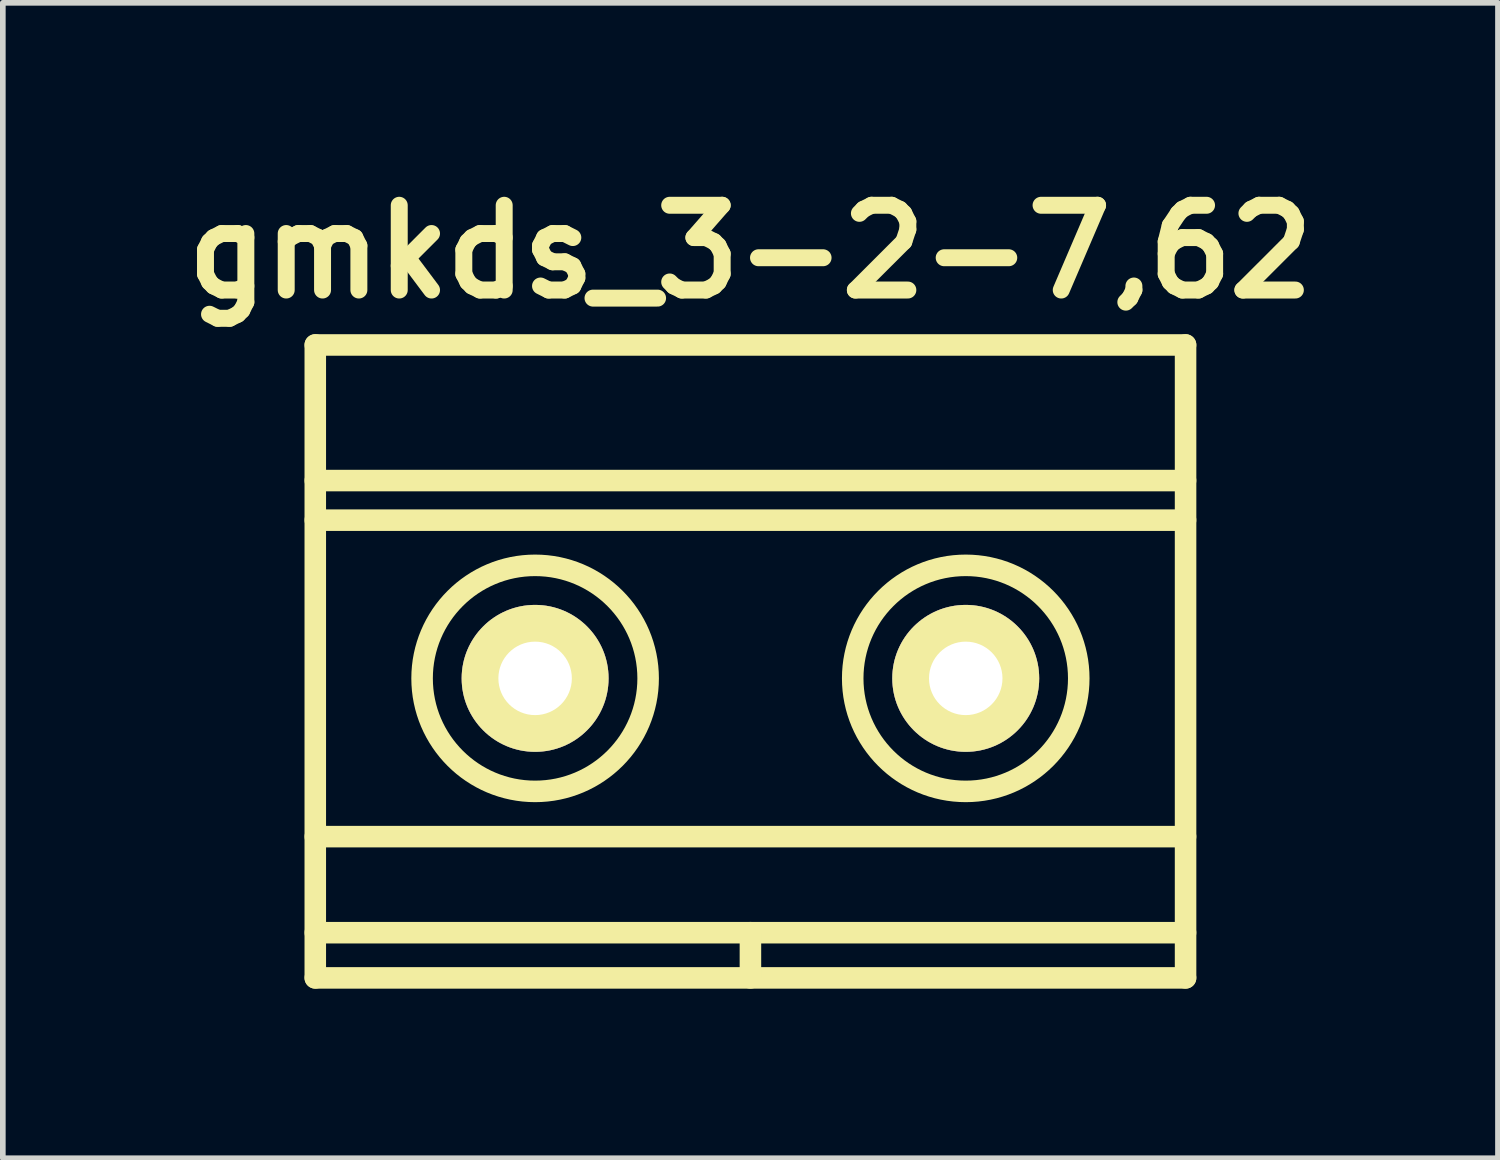
<source format=kicad_pcb>
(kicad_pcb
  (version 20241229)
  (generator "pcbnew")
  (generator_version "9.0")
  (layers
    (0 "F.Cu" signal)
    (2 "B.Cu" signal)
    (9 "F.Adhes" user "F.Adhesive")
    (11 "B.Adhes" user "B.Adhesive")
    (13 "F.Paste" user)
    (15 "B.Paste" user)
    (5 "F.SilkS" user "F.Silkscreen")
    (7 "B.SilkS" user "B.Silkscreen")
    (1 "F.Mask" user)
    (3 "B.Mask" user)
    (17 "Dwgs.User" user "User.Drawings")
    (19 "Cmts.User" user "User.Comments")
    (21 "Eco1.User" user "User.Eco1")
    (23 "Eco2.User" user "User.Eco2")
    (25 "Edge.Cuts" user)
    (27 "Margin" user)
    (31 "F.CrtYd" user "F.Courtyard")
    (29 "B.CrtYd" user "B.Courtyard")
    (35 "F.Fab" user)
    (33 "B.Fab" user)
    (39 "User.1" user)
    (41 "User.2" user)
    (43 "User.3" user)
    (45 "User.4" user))
  (footprint "gmkds_3-2-7,62"
    (layer "F.Cu")
    (at 10.229 8.954)
    (property "Reference" "gmkds_3-2-7,62" (at 0 -7.55 0) (layer "F.SilkS") (effects (font (size 1.5 1.5) (thickness 0.3))))
    (attr through_hole)
    (fp_line (start -7.7 -5.9) (end -7.7 5.3) (stroke (width 0.381) (type solid)) (layer "F.SilkS"))
    (fp_line (start -7.7 -5.9) (end 7.7 -5.9) (stroke (width 0.381) (type solid)) (layer "F.SilkS"))
    (fp_line (start -7.7 -3.5) (end 7.7 -3.5) (stroke (width 0.381) (type solid)) (layer "F.SilkS"))
    (fp_line (start -7.7 -2.8) (end 7.7 -2.8) (stroke (width 0.381) (type solid)) (layer "F.SilkS"))
    (fp_line (start -7.7 2.8) (end 7.7 2.8) (stroke (width 0.381) (type solid)) (layer "F.SilkS"))
    (fp_line (start -7.7 4.5) (end 7.7 4.5) (stroke (width 0.381) (type solid)) (layer "F.SilkS"))
    (fp_line (start -7.7 5.3) (end 7.7 5.3) (stroke (width 0.381) (type solid)) (layer "F.SilkS"))
    (fp_line (start 0 4.5) (end 0 5.3) (stroke (width 0.381) (type solid)) (layer "F.SilkS"))
    (fp_line (start 7.7 -5.9) (end 7.7 5.3) (stroke (width 0.381) (type solid)) (layer "F.SilkS"))
    (fp_circle (center -3.81 0) (end -1.81 0) (stroke (width 0.381) (type solid)) (fill no) (layer "F.SilkS"))
    (fp_circle (center 3.81 0) (end 1.81 0) (stroke (width 0.381) (type solid)) (fill no) (layer "F.SilkS"))
    (pad "1" thru_hole circle (at -3.81 0) (size 2.6 2.6) (drill 1.3) (layers "*.Cu" "*.Mask" "F.SilkS"))
    (pad "2" thru_hole circle (at 3.81 0) (size 2.6 2.6) (drill 1.3) (layers "*.Cu" "*.Mask" "F.SilkS")))
  (gr_rect
    (start -3 -3)
    (end 23.457 17.445)
    (stroke (width 0.1) (type default))
    (fill no)
    (layer "Edge.Cuts")))
</source>
